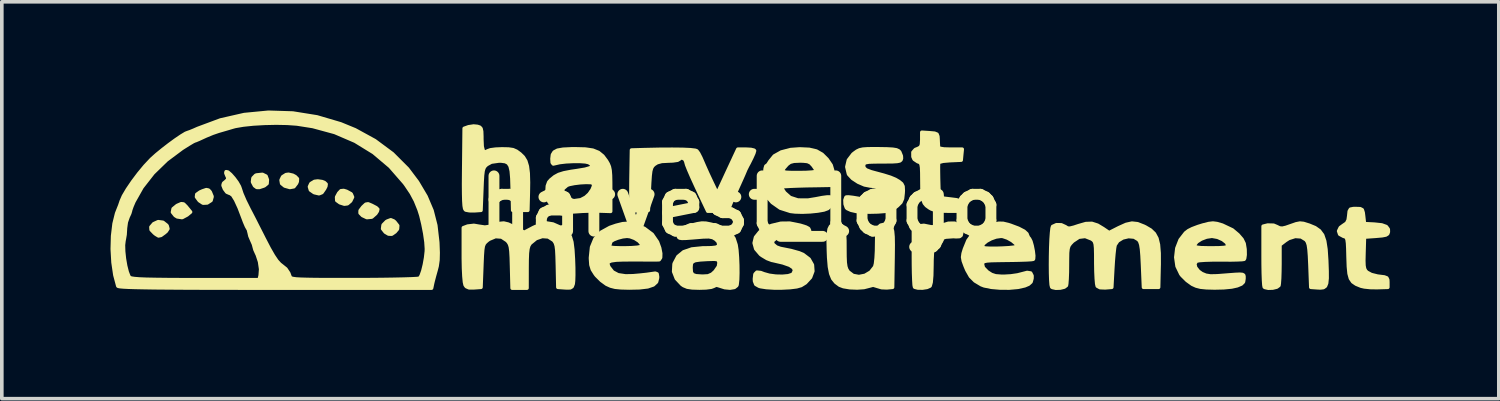
<source format=kicad_pcb>
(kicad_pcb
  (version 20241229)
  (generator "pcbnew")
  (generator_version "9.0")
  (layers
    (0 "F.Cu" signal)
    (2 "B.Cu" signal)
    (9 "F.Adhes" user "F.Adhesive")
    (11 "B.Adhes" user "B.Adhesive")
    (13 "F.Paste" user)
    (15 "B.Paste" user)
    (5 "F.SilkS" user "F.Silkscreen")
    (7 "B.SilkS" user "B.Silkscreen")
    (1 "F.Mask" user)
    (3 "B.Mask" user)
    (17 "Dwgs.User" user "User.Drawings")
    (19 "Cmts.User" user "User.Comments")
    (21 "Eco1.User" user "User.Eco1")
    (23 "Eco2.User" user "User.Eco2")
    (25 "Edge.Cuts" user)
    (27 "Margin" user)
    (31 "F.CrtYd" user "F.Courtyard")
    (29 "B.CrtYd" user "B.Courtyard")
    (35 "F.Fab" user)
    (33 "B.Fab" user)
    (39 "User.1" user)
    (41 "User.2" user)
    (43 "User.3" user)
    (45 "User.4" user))
  (footprint "harvest_logo"
    (layer "F.Cu")
    (at 17.406 2.639)
    (property "Reference" "harvest_logo" (at 0 0 0) (layer "F.SilkS") (effects (font (size 1.524 1.524) (thickness 0.3))))
    (attr through_hole)
    (fp_poly (pts (xy -15.197 0.162) (xy -15.293 0.242) (xy -15.429 0.315) (xy -15.563 0.295) (xy -15.621 0.259) (xy -15.694 0.167) (xy -15.676 0.074) (xy -15.57 -0.013) (xy -15.554 -0.021) (xy -15.452 -0.065) (xy -15.389 -0.057) (xy -15.32 0.012) (xy -15.302 0.034) (xy -15.197 0.162)) (stroke (width 0.1) (type solid)) (fill yes) (layer "F.SilkS"))
    (fp_poly (pts (xy -12.248 -0.753) (xy -12.253 -0.679) (xy -12.274 -0.629) (xy -12.346 -0.536) (xy -12.455 -0.516) (xy -12.596 -0.556) (xy -12.681 -0.625) (xy -12.697 -0.719) (xy -12.654 -0.809) (xy -12.56 -0.868) (xy -12.492 -0.877) (xy -12.375 -0.85) (xy -12.307 -0.813) (xy -12.248 -0.753)) (stroke (width 0.1) (type solid)) (fill yes) (layer "F.SilkS"))
    (fp_poly (pts (xy -10.727 -0.249) (xy -10.778 -0.144) (xy -10.785 -0.137) (xy -10.866 -0.067) (xy -10.952 -0.056) (xy -11.072 -0.094) (xy -11.159 -0.157) (xy -11.164 -0.249) (xy -11.106 -0.357) (xy -11.045 -0.422) (xy -10.971 -0.43) (xy -10.894 -0.407) (xy -10.765 -0.337) (xy -10.727 -0.249)) (stroke (width 0.1) (type solid)) (fill yes) (layer "F.SilkS"))
    (fp_poly (pts (xy -9.48 0.54) (xy -9.487 0.632) (xy -9.552 0.709) (xy -9.645 0.774) (xy -9.731 0.77) (xy -9.822 0.716) (xy -9.894 0.624) (xy -9.881 0.522) (xy -9.789 0.428) (xy -9.764 0.414) (xy -9.67 0.379) (xy -9.594 0.41) (xy -9.56 0.438) (xy -9.48 0.54)) (stroke (width 0.1) (type solid)) (fill yes) (layer "F.SilkS"))
    (fp_poly (pts (xy -14.603 -0.263) (xy -14.632 -0.157) (xy -14.736 -0.09) (xy -14.74 -0.089) (xy -14.851 -0.083) (xy -14.946 -0.145) (xy -14.964 -0.163) (xy -15.031 -0.255) (xy -15.023 -0.324) (xy -14.934 -0.387) (xy -14.865 -0.418) (xy -14.761 -0.453) (xy -14.7 -0.44) (xy -14.655 -0.39) (xy -14.603 -0.263)) (stroke (width 0.1) (type solid)) (fill yes) (layer "F.SilkS"))
    (fp_poly (pts (xy -13.078 -0.727) (xy -13.086 -0.624) (xy -13.159 -0.565) (xy -13.185 -0.554) (xy -13.3 -0.516) (xy -13.368 -0.517) (xy -13.425 -0.559) (xy -13.43 -0.563) (xy -13.485 -0.667) (xy -13.472 -0.774) (xy -13.4 -0.848) (xy -13.373 -0.858) (xy -13.213 -0.875) (xy -13.115 -0.827) (xy -13.078 -0.727)) (stroke (width 0.1) (type solid)) (fill yes) (layer "F.SilkS"))
    (fp_poly (pts (xy -11.456 -0.606) (xy -11.464 -0.547) (xy -11.499 -0.478) (xy -11.571 -0.375) (xy -11.65 -0.343) (xy -11.771 -0.371) (xy -11.788 -0.377) (xy -11.887 -0.446) (xy -11.913 -0.535) (xy -11.874 -0.621) (xy -11.777 -0.68) (xy -11.686 -0.692) (xy -11.567 -0.675) (xy -11.499 -0.647) (xy -11.456 -0.606)) (stroke (width 0.1) (type solid)) (fill yes) (layer "F.SilkS"))
    (fp_poly (pts (xy -15.823 0.625) (xy -15.867 0.694) (xy -15.916 0.736) (xy -16.014 0.807) (xy -16.08 0.821) (xy -16.153 0.778) (xy -16.198 0.742) (xy -16.284 0.652) (xy -16.289 0.577) (xy -16.213 0.488) (xy -16.212 0.487) (xy -16.09 0.431) (xy -15.959 0.448) (xy -15.854 0.531) (xy -15.842 0.551) (xy -15.823 0.625)) (stroke (width 0.1) (type solid)) (fill yes) (layer "F.SilkS"))
    (fp_poly (pts (xy -10.03 0.087) (xy -10.042 0.138) (xy -10.086 0.206) (xy -10.195 0.302) (xy -10.33 0.315) (xy -10.449 0.259) (xy -10.516 0.191) (xy -10.515 0.124) (xy -10.443 0.029) (xy -10.431 0.017) (xy -10.358 -0.051) (xy -10.295 -0.061) (xy -10.198 -0.02) (xy -10.188 -0.015) (xy -10.075 0.044) (xy -10.03 0.087)) (stroke (width 0.1) (type solid)) (fill yes) (layer "F.SilkS"))
    (fp_poly (pts (xy 6.087 0.733) (xy 6.071 0.806) (xy 6.029 0.839) (xy 5.935 0.844) (xy 5.858 0.839) (xy 5.644 0.854) (xy 5.46 0.92) (xy 5.332 1.028) (xy 5.312 1.06) (xy 5.293 1.141) (xy 5.277 1.291) (xy 5.267 1.487) (xy 5.265 1.65) (xy 5.259 1.918) (xy 5.243 2.103) (xy 5.216 2.199) (xy 5.209 2.207) (xy 5.131 2.242) (xy 5.007 2.261) (xy 4.882 2.26) (xy 4.795 2.238) (xy 4.788 2.232) (xy 4.777 2.178) (xy 4.769 2.047) (xy 4.762 1.855) (xy 4.758 1.618) (xy 4.757 1.4) (xy 4.757 0.598) (xy 4.877 0.553) (xy 5.045 0.533) (xy 5.167 0.558) (xy 5.31 0.585) (xy 5.441 0.564) (xy 5.515 0.536) (xy 5.723 0.475) (xy 5.896 0.474) (xy 6.02 0.531) (xy 6.083 0.64) (xy 6.087 0.733)) (stroke (width 0.1) (type solid)) (fill yes) (layer "F.SilkS"))
    (fp_poly (pts (xy 16.173 1.993) (xy 16.159 2.128) (xy 16.127 2.208) (xy 16.072 2.247) (xy 15.991 2.257) (xy 15.922 2.254) (xy 15.725 2.24) (xy 15.702 1.633) (xy 15.69 1.375) (xy 15.676 1.193) (xy 15.658 1.07) (xy 15.632 0.989) (xy 15.595 0.933) (xy 15.591 0.928) (xy 15.459 0.847) (xy 15.292 0.835) (xy 15.114 0.892) (xy 15.025 0.949) (xy 14.871 1.067) (xy 14.871 1.592) (xy 14.868 1.809) (xy 14.862 1.996) (xy 14.852 2.132) (xy 14.843 2.19) (xy 14.784 2.234) (xy 14.673 2.261) (xy 14.551 2.265) (xy 14.457 2.244) (xy 14.44 2.232) (xy 14.43 2.178) (xy 14.421 2.047) (xy 14.414 1.855) (xy 14.41 1.616) (xy 14.409 1.379) (xy 14.409 0.556) (xy 14.533 0.525) (xy 14.696 0.529) (xy 14.784 0.566) (xy 14.862 0.604) (xy 14.936 0.612) (xy 15.037 0.589) (xy 15.172 0.542) (xy 15.321 0.49) (xy 15.425 0.47) (xy 15.523 0.48) (xy 15.654 0.521) (xy 15.674 0.527) (xy 15.841 0.596) (xy 15.963 0.682) (xy 16.05 0.8) (xy 16.106 0.965) (xy 16.141 1.192) (xy 16.161 1.496) (xy 16.162 1.51) (xy 16.172 1.791) (xy 16.173 1.993)) (stroke (width 0.1) (type solid)) (fill yes) (layer "F.SilkS"))
    (fp_poly (pts (xy 17.863 0.712) (xy 17.845 0.764) (xy 17.795 0.796) (xy 17.694 0.816) (xy 17.526 0.831) (xy 17.203 0.854) (xy 17.19 1.296) (xy 17.185 1.505) (xy 17.19 1.642) (xy 17.206 1.73) (xy 17.237 1.788) (xy 17.274 1.826) (xy 17.392 1.89) (xy 17.564 1.933) (xy 17.611 1.939) (xy 17.75 1.956) (xy 17.821 1.983) (xy 17.846 2.034) (xy 17.849 2.101) (xy 17.849 2.24) (xy 17.549 2.249) (xy 17.367 2.246) (xy 17.203 2.229) (xy 17.11 2.208) (xy 16.976 2.153) (xy 16.881 2.088) (xy 16.819 1.997) (xy 16.782 1.863) (xy 16.763 1.669) (xy 16.754 1.415) (xy 16.748 1.181) (xy 16.74 1.023) (xy 16.727 0.925) (xy 16.706 0.871) (xy 16.672 0.845) (xy 16.625 0.831) (xy 16.522 0.775) (xy 16.493 0.688) (xy 16.539 0.593) (xy 16.62 0.534) (xy 16.713 0.47) (xy 16.757 0.382) (xy 16.773 0.266) (xy 16.786 0.143) (xy 16.819 0.086) (xy 16.897 0.07) (xy 16.972 0.069) (xy 17.086 0.073) (xy 17.143 0.102) (xy 17.168 0.181) (xy 17.18 0.277) (xy 17.203 0.485) (xy 17.478 0.499) (xy 17.682 0.521) (xy 17.807 0.566) (xy 17.861 0.639) (xy 17.863 0.712)) (stroke (width 0.1) (type solid)) (fill yes) (layer "F.SilkS"))
    (fp_poly (pts (xy -5.871 -0.651) (xy -5.875 -0.378) (xy -5.888 0.115) (xy -6.096 0.115) (xy -6.304 0.115) (xy -6.317 -0.483) (xy -6.326 -0.765) (xy -6.343 -0.969) (xy -6.375 -1.105) (xy -6.428 -1.188) (xy -6.508 -1.23) (xy -6.621 -1.245) (xy -6.692 -1.245) (xy -6.896 -1.216) (xy -7.02 -1.148) (xy -7.068 -1.103) (xy -7.101 -1.05) (xy -7.124 -0.972) (xy -7.139 -0.85) (xy -7.15 -0.668) (xy -7.158 -0.468) (xy -7.181 0.115) (xy -7.366 0.128) (xy -7.499 0.126) (xy -7.596 0.108) (xy -7.609 0.101) (xy -7.629 0.067) (xy -7.643 -0.012) (xy -7.652 -0.145) (xy -7.657 -0.342) (xy -7.659 -0.611) (xy -7.656 -0.961) (xy -7.655 -1.041) (xy -7.643 -2.145) (xy -7.523 -2.188) (xy -7.383 -2.209) (xy -7.28 -2.199) (xy -7.216 -2.178) (xy -7.18 -2.139) (xy -7.163 -2.06) (xy -7.158 -1.92) (xy -7.158 -1.849) (xy -7.149 -1.644) (xy -7.119 -1.525) (xy -7.067 -1.488) (xy -6.996 -1.524) (xy -6.918 -1.552) (xy -6.776 -1.571) (xy -6.601 -1.578) (xy -6.419 -1.574) (xy -6.297 -1.556) (xy -6.203 -1.515) (xy -6.103 -1.442) (xy -6.103 -1.442) (xy -6.011 -1.352) (xy -5.945 -1.243) (xy -5.902 -1.1) (xy -5.878 -0.908) (xy -5.871 -0.651)) (stroke (width 0.1) (type solid)) (fill yes) (layer "F.SilkS"))
    (fp_poly (pts (xy 4.196 1.066) (xy 4.193 1.363) (xy 4.192 1.438) (xy 4.179 2.24) (xy 4.021 2.255) (xy 3.878 2.249) (xy 3.756 2.213) (xy 3.756 2.213) (xy 3.644 2.179) (xy 3.531 2.209) (xy 3.391 2.245) (xy 3.202 2.258) (xy 3.002 2.25) (xy 2.825 2.221) (xy 2.721 2.182) (xy 2.611 2.1) (xy 2.53 1.999) (xy 2.475 1.862) (xy 2.439 1.674) (xy 2.418 1.419) (xy 2.411 1.234) (xy 2.405 0.959) (xy 2.41 0.763) (xy 2.431 0.632) (xy 2.47 0.555) (xy 2.533 0.518) (xy 2.622 0.508) (xy 2.629 0.508) (xy 2.722 0.516) (xy 2.787 0.551) (xy 2.828 0.625) (xy 2.852 0.753) (xy 2.862 0.949) (xy 2.863 1.158) (xy 2.865 1.395) (xy 2.872 1.56) (xy 2.888 1.672) (xy 2.914 1.749) (xy 2.955 1.813) (xy 2.959 1.818) (xy 3.089 1.916) (xy 3.251 1.946) (xy 3.421 1.913) (xy 3.576 1.821) (xy 3.689 1.677) (xy 3.711 1.59) (xy 3.728 1.435) (xy 3.739 1.237) (xy 3.741 1.098) (xy 3.745 0.853) (xy 3.76 0.686) (xy 3.793 0.583) (xy 3.848 0.529) (xy 3.933 0.509) (xy 3.975 0.508) (xy 4.054 0.514) (xy 4.112 0.539) (xy 4.152 0.595) (xy 4.178 0.693) (xy 4.192 0.846) (xy 4.196 1.066)) (stroke (width 0.1) (type solid)) (fill yes) (layer "F.SilkS"))
    (fp_poly (pts (xy 6.102 0.139) (xy 5.718 0.138) (xy 5.504 0.133) (xy 5.356 0.114) (xy 5.249 0.077) (xy 5.197 0.047) (xy 5.114 -0.013) (xy 5.058 -0.08) (xy 5.022 -0.172) (xy 5.002 -0.305) (xy 4.993 -0.499) (xy 4.991 -0.703) (xy 4.989 -0.922) (xy 4.983 -1.066) (xy 4.969 -1.152) (xy 4.945 -1.197) (xy 4.905 -1.219) (xy 4.877 -1.227) (xy 4.776 -1.294) (xy 4.745 -1.363) (xy 4.744 -1.486) (xy 4.809 -1.56) (xy 4.884 -1.59) (xy 4.95 -1.626) (xy 4.98 -1.697) (xy 4.988 -1.83) (xy 4.988 -2.037) (xy 5.207 -2.023) (xy 5.339 -2.011) (xy 5.405 -1.984) (xy 5.429 -1.923) (xy 5.434 -1.847) (xy 5.44 -1.721) (xy 5.445 -1.632) (xy 5.445 -1.628) (xy 5.484 -1.594) (xy 5.599 -1.575) (xy 5.776 -1.57) (xy 6.102 -1.57) (xy 6.087 -1.42) (xy 6.073 -1.27) (xy 5.761 -1.256) (xy 5.573 -1.24) (xy 5.468 -1.212) (xy 5.447 -1.187) (xy 5.444 -1.086) (xy 5.445 -0.935) (xy 5.448 -0.755) (xy 5.453 -0.573) (xy 5.458 -0.411) (xy 5.464 -0.292) (xy 5.47 -0.241) (xy 5.47 -0.241) (xy 5.52 -0.229) (xy 5.636 -0.211) (xy 5.779 -0.194) (xy 5.938 -0.174) (xy 6.027 -0.151) (xy 6.069 -0.112) (xy 6.084 -0.043) (xy 6.087 -0.012) (xy 6.102 0.139)) (stroke (width 0.1) (type solid)) (fill yes) (layer "F.SilkS"))
    (fp_poly (pts (xy 1.978 1.796) (xy 1.914 1.966) (xy 1.775 2.116) (xy 1.654 2.191) (xy 1.534 2.225) (xy 1.35 2.248) (xy 1.13 2.259) (xy 0.903 2.259) (xy 0.695 2.246) (xy 0.535 2.221) (xy 0.496 2.209) (xy 0.406 2.158) (xy 0.372 2.071) (xy 0.369 2.008) (xy 0.384 1.879) (xy 0.436 1.825) (xy 0.54 1.836) (xy 0.627 1.869) (xy 0.776 1.911) (xy 0.957 1.935) (xy 1.142 1.939) (xy 1.302 1.924) (xy 1.41 1.889) (xy 1.43 1.873) (xy 1.476 1.782) (xy 1.448 1.702) (xy 1.342 1.631) (xy 1.154 1.565) (xy 0.879 1.501) (xy 0.847 1.495) (xy 0.719 1.447) (xy 0.577 1.362) (xy 0.535 1.331) (xy 0.405 1.179) (xy 0.361 1.019) (xy 0.399 0.86) (xy 0.516 0.714) (xy 0.707 0.591) (xy 0.844 0.536) (xy 1.098 0.475) (xy 1.342 0.472) (xy 1.617 0.527) (xy 1.647 0.535) (xy 1.789 0.58) (xy 1.862 0.619) (xy 1.887 0.673) (xy 1.885 0.754) (xy 1.865 0.855) (xy 1.814 0.889) (xy 1.732 0.886) (xy 1.469 0.861) (xy 1.281 0.845) (xy 1.152 0.841) (xy 1.064 0.848) (xy 1.002 0.865) (xy 0.949 0.895) (xy 0.945 0.897) (xy 0.869 0.96) (xy 0.866 1.021) (xy 0.886 1.059) (xy 0.969 1.129) (xy 1.082 1.17) (xy 1.374 1.228) (xy 1.599 1.291) (xy 1.709 1.337) (xy 1.876 1.464) (xy 1.966 1.623) (xy 1.978 1.796)) (stroke (width 0.1) (type solid)) (fill yes) (layer "F.SilkS"))
    (fp_poly (pts (xy -3.602 0.144) (xy -3.914 0.134) (xy -4.07 0.134) (xy -4.07 -0.555) (xy -4.078 -0.629) (xy -4.081 -0.632) (xy -4.149 -0.652) (xy -4.279 -0.656) (xy -4.441 -0.647) (xy -4.605 -0.627) (xy -4.743 -0.599) (xy -4.806 -0.576) (xy -4.916 -0.482) (xy -4.943 -0.371) (xy -4.886 -0.263) (xy -4.814 -0.211) (xy -4.618 -0.146) (xy -4.426 -0.173) (xy -4.294 -0.242) (xy -4.193 -0.334) (xy -4.114 -0.448) (xy -4.07 -0.555) (xy -4.07 0.134) (xy -4.138 0.133) (xy -4.383 0.141) (xy -4.526 0.151) (xy -4.702 0.162) (xy -4.856 0.162) (xy -4.941 0.154) (xy -5.047 0.108) (xy -5.17 0.021) (xy -5.207 -0.013) (xy -5.299 -0.114) (xy -5.344 -0.214) (xy -5.357 -0.353) (xy -5.357 -0.394) (xy -5.347 -0.556) (xy -5.309 -0.661) (xy -5.253 -0.725) (xy -5.147 -0.811) (xy -5.035 -0.872) (xy -4.892 -0.917) (xy -4.695 -0.955) (xy -4.53 -0.979) (xy -4.302 -1.017) (xy -4.163 -1.058) (xy -4.109 -1.105) (xy -4.138 -1.159) (xy -4.206 -1.203) (xy -4.299 -1.224) (xy -4.455 -1.235) (xy -4.644 -1.234) (xy -4.839 -1.224) (xy -5.009 -1.204) (xy -5.115 -1.18) (xy -5.183 -1.165) (xy -5.213 -1.2) (xy -5.219 -1.306) (xy -5.219 -1.309) (xy -5.206 -1.417) (xy -5.16 -1.492) (xy -5.068 -1.541) (xy -4.915 -1.568) (xy -4.688 -1.579) (xy -4.578 -1.58) (xy -4.299 -1.573) (xy -4.092 -1.542) (xy -3.938 -1.48) (xy -3.817 -1.381) (xy -3.717 -1.247) (xy -3.67 -1.165) (xy -3.638 -1.086) (xy -3.618 -0.988) (xy -3.607 -0.853) (xy -3.603 -0.661) (xy -3.602 -0.46) (xy -3.602 0.144)) (stroke (width 0.1) (type solid)) (fill yes) (layer "F.SilkS"))
    (fp_poly (pts (xy 2.532 -0.758) (xy 2.517 -0.577) (xy 2.078 -0.569) (xy 2.078 -0.964) (xy 2.052 -1.024) (xy 1.988 -1.118) (xy 1.982 -1.125) (xy 1.915 -1.196) (xy 1.834 -1.233) (xy 1.708 -1.246) (xy 1.621 -1.247) (xy 1.455 -1.24) (xy 1.349 -1.212) (xy 1.272 -1.154) (xy 1.262 -1.143) (xy 1.18 -1.049) (xy 1.144 -0.986) (xy 1.163 -0.949) (xy 1.247 -0.931) (xy 1.406 -0.924) (xy 1.591 -0.924) (xy 1.79 -0.927) (xy 1.95 -0.937) (xy 2.052 -0.951) (xy 2.078 -0.964) (xy 2.078 -0.569) (xy 1.813 -0.565) (xy 1.569 -0.558) (xy 1.363 -0.55) (xy 1.208 -0.541) (xy 1.121 -0.531) (xy 1.108 -0.525) (xy 1.133 -0.474) (xy 1.192 -0.382) (xy 1.199 -0.371) (xy 1.352 -0.236) (xy 1.567 -0.166) (xy 1.845 -0.164) (xy 2.065 -0.2) (xy 2.236 -0.233) (xy 2.372 -0.251) (xy 2.448 -0.252) (xy 2.454 -0.25) (xy 2.494 -0.179) (xy 2.484 -0.073) (xy 2.432 0.027) (xy 2.39 0.066) (xy 2.284 0.105) (xy 2.114 0.135) (xy 1.907 0.156) (xy 1.689 0.165) (xy 1.489 0.159) (xy 1.362 0.144) (xy 1.08 0.054) (xy 0.858 -0.102) (xy 0.77 -0.202) (xy 0.707 -0.294) (xy 0.67 -0.387) (xy 0.652 -0.507) (xy 0.647 -0.685) (xy 0.647 -0.736) (xy 0.652 -0.908) (xy 0.665 -1.038) (xy 0.684 -1.104) (xy 0.69 -1.108) (xy 0.739 -1.146) (xy 0.795 -1.235) (xy 0.915 -1.383) (xy 1.11 -1.492) (xy 1.368 -1.559) (xy 1.618 -1.577) (xy 1.879 -1.565) (xy 2.076 -1.519) (xy 2.234 -1.429) (xy 2.373 -1.291) (xy 2.483 -1.13) (xy 2.532 -0.963) (xy 2.532 -0.758)) (stroke (width 0.1) (type solid)) (fill yes) (layer "F.SilkS"))
    (fp_poly (pts (xy 0.369 -1.528) (xy 0.349 -1.459) (xy 0.294 -1.336) (xy 0.219 -1.186) (xy 0.177 -1.108) (xy 0.125 -1.004) (xy 0.111 -0.97) (xy 0.073 -0.88) (xy 0.021 -0.762) (xy -0.098 -0.498) (xy -0.185 -0.303) (xy -0.246 -0.164) (xy -0.288 -0.066) (xy -0.316 0.005) (xy -0.322 0.021) (xy -0.356 0.087) (xy -0.409 0.122) (xy -0.507 0.136) (xy -0.644 0.139) (xy -0.92 0.139) (xy -1.079 -0.196) (xy -1.24 -0.54) (xy -1.362 -0.807) (xy -1.448 -1.005) (xy -1.501 -1.139) (xy -1.523 -1.217) (xy -1.524 -1.228) (xy -1.555 -1.293) (xy -1.621 -1.331) (xy -1.682 -1.324) (xy -1.698 -1.301) (xy -1.755 -1.268) (xy -1.888 -1.249) (xy -2.001 -1.245) (xy -2.192 -1.235) (xy -2.32 -1.2) (xy -2.396 -1.152) (xy -2.442 -1.108) (xy -2.474 -1.052) (xy -2.497 -0.969) (xy -2.513 -0.84) (xy -2.526 -0.648) (xy -2.535 -0.473) (xy -2.563 0.115) (xy -2.783 0.13) (xy -2.94 0.128) (xy -3.018 0.096) (xy -3.027 0.082) (xy -3.034 0.017) (xy -3.038 -0.124) (xy -3.041 -0.324) (xy -3.04 -0.566) (xy -3.038 -0.764) (xy -3.025 -1.547) (xy -2.679 -1.557) (xy -2.259 -1.566) (xy -1.901 -1.568) (xy -1.612 -1.565) (xy -1.398 -1.555) (xy -1.266 -1.539) (xy -1.225 -1.525) (xy -1.175 -1.457) (xy -1.113 -1.336) (xy -1.081 -1.263) (xy -1.017 -1.115) (xy -0.931 -0.922) (xy -0.838 -0.723) (xy -0.826 -0.697) (xy -0.659 -0.346) (xy -0.487 -0.716) (xy -0.392 -0.922) (xy -0.295 -1.13) (xy -0.214 -1.303) (xy -0.203 -1.328) (xy -0.09 -1.57) (xy 0.14 -1.57) (xy 0.271 -1.563) (xy 0.354 -1.543) (xy 0.369 -1.528)) (stroke (width 0.1) (type solid)) (fill yes) (layer "F.SilkS"))
    (fp_poly (pts (xy -4.622 1.9) (xy -4.627 2.059) (xy -4.636 2.144) (xy -4.665 2.222) (xy -4.719 2.255) (xy -4.828 2.256) (xy -4.862 2.254) (xy -5.057 2.24) (xy -5.07 1.641) (xy -5.077 1.391) (xy -5.086 1.216) (xy -5.101 1.098) (xy -5.125 1.019) (xy -5.159 0.963) (xy -5.182 0.937) (xy -5.322 0.848) (xy -5.489 0.836) (xy -5.661 0.895) (xy -5.818 1.023) (xy -5.827 1.034) (xy -5.862 1.091) (xy -5.886 1.174) (xy -5.901 1.299) (xy -5.908 1.484) (xy -5.91 1.697) (xy -5.911 2.263) (xy -6.115 2.263) (xy -6.32 2.263) (xy -6.335 1.666) (xy -6.342 1.419) (xy -6.352 1.246) (xy -6.367 1.129) (xy -6.39 1.051) (xy -6.425 0.992) (xy -6.462 0.95) (xy -6.61 0.852) (xy -6.779 0.839) (xy -6.954 0.912) (xy -6.997 0.942) (xy -7.053 0.99) (xy -7.093 1.039) (xy -7.119 1.105) (xy -7.135 1.208) (xy -7.146 1.363) (xy -7.156 1.59) (xy -7.158 1.646) (xy -7.181 2.24) (xy -7.375 2.254) (xy -7.509 2.254) (xy -7.585 2.221) (xy -7.617 2.176) (xy -7.635 2.095) (xy -7.65 1.936) (xy -7.661 1.714) (xy -7.666 1.442) (xy -7.666 1.341) (xy -7.666 0.598) (xy -7.548 0.553) (xy -7.375 0.533) (xy -7.236 0.557) (xy -7.073 0.581) (xy -6.92 0.559) (xy -6.841 0.533) (xy -6.678 0.482) (xy -6.554 0.469) (xy -6.433 0.497) (xy -6.277 0.569) (xy -6.232 0.593) (xy -5.986 0.725) (xy -5.736 0.593) (xy -5.53 0.5) (xy -5.36 0.469) (xy -5.195 0.496) (xy -5.035 0.566) (xy -4.89 0.648) (xy -4.787 0.735) (xy -4.717 0.845) (xy -4.673 0.994) (xy -4.647 1.202) (xy -4.631 1.465) (xy -4.623 1.694) (xy -4.622 1.9)) (stroke (width 0.1) (type solid)) (fill yes) (layer "F.SilkS"))
    (fp_poly (pts (xy -2.221 1.306) (xy -2.224 1.421) (xy -2.262 1.478) (xy -2.274 1.48) (xy -2.34 1.481) (xy -2.479 1.481) (xy -2.672 1.481) (xy -2.748 1.48) (xy -2.748 1.109) (xy -2.752 1.04) (xy -2.821 0.962) (xy -2.933 0.89) (xy -3.062 0.842) (xy -3.149 0.831) (xy -3.271 0.845) (xy -3.406 0.881) (xy -3.524 0.927) (xy -3.594 0.973) (xy -3.602 0.99) (xy -3.617 1.043) (xy -3.63 1.081) (xy -3.632 1.116) (xy -3.597 1.137) (xy -3.51 1.149) (xy -3.355 1.154) (xy -3.217 1.155) (xy -3.024 1.15) (xy -2.867 1.138) (xy -2.769 1.12) (xy -2.748 1.109) (xy -2.748 1.48) (xy -2.901 1.48) (xy -2.956 1.48) (xy -3.244 1.481) (xy -3.451 1.489) (xy -3.586 1.508) (xy -3.66 1.539) (xy -3.682 1.588) (xy -3.663 1.655) (xy -3.648 1.687) (xy -3.545 1.818) (xy -3.397 1.897) (xy -3.191 1.928) (xy -2.986 1.924) (xy -2.791 1.907) (xy -2.606 1.887) (xy -2.482 1.869) (xy -2.37 1.853) (xy -2.321 1.872) (xy -2.309 1.944) (xy -2.309 1.98) (xy -2.336 2.092) (xy -2.424 2.173) (xy -2.579 2.226) (xy -2.809 2.253) (xy -3.088 2.259) (xy -3.317 2.253) (xy -3.479 2.237) (xy -3.601 2.206) (xy -3.709 2.157) (xy -3.714 2.155) (xy -3.857 2.051) (xy -3.993 1.916) (xy -4.025 1.875) (xy -4.105 1.748) (xy -4.144 1.621) (xy -4.156 1.453) (xy -4.156 1.42) (xy -4.126 1.132) (xy -4.032 0.903) (xy -3.866 0.725) (xy -3.623 0.591) (xy -3.448 0.531) (xy -3.27 0.487) (xy -3.133 0.478) (xy -2.989 0.5) (xy -2.963 0.506) (xy -2.675 0.615) (xy -2.455 0.779) (xy -2.31 0.99) (xy -2.25 1.155) (xy -2.221 1.306)) (stroke (width 0.1) (type solid)) (fill yes) (layer "F.SilkS"))
    (fp_poly (pts (xy 4.474 -0.429) (xy 4.47 -0.358) (xy 4.453 -0.206) (xy 4.409 -0.105) (xy 4.318 -0.014) (xy 4.292 0.008) (xy 4.195 0.077) (xy 4.095 0.12) (xy 3.964 0.144) (xy 3.771 0.159) (xy 3.761 0.159) (xy 3.55 0.164) (xy 3.341 0.159) (xy 3.178 0.145) (xy 3.172 0.144) (xy 3.032 0.112) (xy 2.932 0.067) (xy 2.907 0.044) (xy 2.872 -0.056) (xy 2.867 -0.166) (xy 2.894 -0.243) (xy 2.902 -0.249) (xy 2.963 -0.252) (xy 3.089 -0.237) (xy 3.257 -0.209) (xy 3.306 -0.199) (xy 3.494 -0.163) (xy 3.621 -0.148) (xy 3.715 -0.155) (xy 3.804 -0.182) (xy 3.845 -0.199) (xy 3.954 -0.259) (xy 4.014 -0.32) (xy 4.018 -0.335) (xy 3.978 -0.397) (xy 3.876 -0.463) (xy 3.743 -0.52) (xy 3.608 -0.553) (xy 3.566 -0.556) (xy 3.406 -0.587) (xy 3.232 -0.662) (xy 3.076 -0.764) (xy 2.973 -0.874) (xy 2.963 -0.893) (xy 2.919 -1.083) (xy 2.962 -1.269) (xy 3.086 -1.432) (xy 3.122 -1.461) (xy 3.198 -1.516) (xy 3.271 -1.551) (xy 3.362 -1.571) (xy 3.493 -1.58) (xy 3.685 -1.582) (xy 3.799 -1.581) (xy 4.03 -1.577) (xy 4.186 -1.568) (xy 4.285 -1.552) (xy 4.344 -1.525) (xy 4.376 -1.493) (xy 4.42 -1.384) (xy 4.424 -1.317) (xy 4.411 -1.276) (xy 4.378 -1.249) (xy 4.307 -1.234) (xy 4.182 -1.226) (xy 3.986 -1.224) (xy 3.903 -1.224) (xy 3.68 -1.222) (xy 3.532 -1.217) (xy 3.444 -1.203) (xy 3.399 -1.18) (xy 3.381 -1.144) (xy 3.379 -1.137) (xy 3.386 -1.059) (xy 3.449 -0.999) (xy 3.584 -0.947) (xy 3.671 -0.923) (xy 3.931 -0.853) (xy 4.12 -0.794) (xy 4.256 -0.737) (xy 4.355 -0.679) (xy 4.432 -0.616) (xy 4.468 -0.544) (xy 4.474 -0.429)) (stroke (width 0.1) (type solid)) (fill yes) (layer "F.SilkS"))
    (fp_poly (pts (xy -0.093 1.843) (xy -0.098 2.027) (xy -0.112 2.157) (xy -0.12 2.19) (xy -0.185 2.242) (xy -0.306 2.262) (xy -0.453 2.248) (xy -0.576 2.209) (xy -0.608 2.199) (xy -0.608 1.564) (xy -0.622 1.505) (xy -0.659 1.474) (xy -0.74 1.464) (xy -0.887 1.468) (xy -0.924 1.469) (xy -1.133 1.482) (xy -1.268 1.501) (xy -1.343 1.535) (xy -1.377 1.592) (xy -1.385 1.682) (xy -1.385 1.708) (xy -1.377 1.825) (xy -1.338 1.892) (xy -1.249 1.924) (xy -1.091 1.935) (xy -1.059 1.936) (xy -0.909 1.927) (xy -0.803 1.88) (xy -0.721 1.806) (xy -0.624 1.667) (xy -0.608 1.564) (xy -0.608 2.199) (xy -0.679 2.178) (xy -0.746 2.205) (xy -0.749 2.209) (xy -0.825 2.237) (xy -0.971 2.256) (xy -1.152 2.261) (xy -1.351 2.255) (xy -1.486 2.235) (xy -1.585 2.194) (xy -1.634 2.161) (xy -1.786 1.999) (xy -1.861 1.807) (xy -1.85 1.603) (xy -1.842 1.578) (xy -1.744 1.393) (xy -1.586 1.263) (xy -1.36 1.185) (xy -1.061 1.155) (xy -1.009 1.155) (xy -0.818 1.151) (xy -0.7 1.138) (xy -0.637 1.111) (xy -0.615 1.079) (xy -0.628 0.991) (xy -0.697 0.917) (xy -0.782 0.866) (xy -0.889 0.845) (xy -1.049 0.849) (xy -1.085 0.852) (xy -1.341 0.873) (xy -1.519 0.886) (xy -1.633 0.889) (xy -1.697 0.88) (xy -1.726 0.856) (xy -1.733 0.817) (xy -1.732 0.762) (xy -1.727 0.691) (xy -1.7 0.642) (xy -1.632 0.604) (xy -1.504 0.565) (xy -1.389 0.534) (xy -1.209 0.489) (xy -1.082 0.469) (xy -0.97 0.473) (xy -0.836 0.5) (xy -0.743 0.524) (xy -0.489 0.613) (xy -0.312 0.732) (xy -0.198 0.894) (xy -0.141 1.071) (xy -0.119 1.217) (xy -0.104 1.412) (xy -0.095 1.629) (xy -0.093 1.843)) (stroke (width 0.1) (type solid)) (fill yes) (layer "F.SilkS"))
    (fp_poly (pts (xy 8.075 1.369) (xy 8.07 1.454) (xy 8.064 1.465) (xy 8.012 1.474) (xy 7.884 1.482) (xy 7.698 1.488) (xy 7.62 1.49) (xy 7.62 1.109) (xy 7.581 1.035) (xy 7.482 0.952) (xy 7.354 0.88) (xy 7.225 0.836) (xy 7.175 0.831) (xy 7.037 0.85) (xy 6.898 0.899) (xy 6.775 0.966) (xy 6.689 1.038) (xy 6.656 1.105) (xy 6.683 1.147) (xy 6.75 1.16) (xy 6.878 1.166) (xy 7.043 1.166) (xy 7.223 1.16) (xy 7.393 1.15) (xy 7.529 1.135) (xy 7.609 1.119) (xy 7.62 1.109) (xy 7.62 1.49) (xy 7.47 1.493) (xy 7.357 1.494) (xy 7.093 1.498) (xy 6.907 1.502) (xy 6.785 1.511) (xy 6.713 1.526) (xy 6.677 1.548) (xy 6.662 1.581) (xy 6.659 1.6) (xy 6.684 1.701) (xy 6.792 1.812) (xy 6.802 1.82) (xy 6.91 1.889) (xy 7.023 1.926) (xy 7.178 1.938) (xy 7.255 1.939) (xy 7.446 1.928) (xy 7.631 1.901) (xy 7.733 1.875) (xy 7.895 1.833) (xy 7.99 1.848) (xy 8.028 1.923) (xy 8.027 1.996) (xy 8.001 2.092) (xy 7.932 2.154) (xy 7.828 2.198) (xy 7.639 2.24) (xy 7.403 2.261) (xy 7.149 2.26) (xy 6.908 2.239) (xy 6.71 2.199) (xy 6.631 2.169) (xy 6.456 2.064) (xy 6.331 1.939) (xy 6.232 1.765) (xy 6.186 1.656) (xy 6.133 1.512) (xy 6.115 1.409) (xy 6.129 1.306) (xy 6.166 1.185) (xy 6.262 0.95) (xy 6.386 0.777) (xy 6.556 0.65) (xy 6.79 0.554) (xy 6.953 0.508) (xy 7.106 0.476) (xy 7.23 0.477) (xy 7.373 0.511) (xy 7.438 0.532) (xy 7.654 0.613) (xy 7.808 0.693) (xy 7.888 0.766) (xy 7.897 0.794) (xy 7.926 0.86) (xy 7.96 0.901) (xy 7.997 0.973) (xy 8.032 1.097) (xy 8.06 1.24) (xy 8.075 1.369)) (stroke (width 0.1) (type solid)) (fill yes) (layer "F.SilkS"))
    (fp_poly (pts (xy 13.91 1.345) (xy 13.896 1.441) (xy 13.883 1.466) (xy 13.823 1.475) (xy 13.69 1.481) (xy 13.502 1.485) (xy 13.439 1.484) (xy 13.439 1.088) (xy 13.398 1.003) (xy 13.293 0.921) (xy 13.153 0.859) (xy 13.004 0.832) (xy 12.993 0.831) (xy 12.844 0.853) (xy 12.697 0.909) (xy 12.58 0.984) (xy 12.518 1.064) (xy 12.515 1.085) (xy 12.53 1.117) (xy 12.585 1.138) (xy 12.694 1.15) (xy 12.875 1.154) (xy 12.977 1.155) (xy 13.194 1.152) (xy 13.334 1.143) (xy 13.41 1.126) (xy 13.438 1.097) (xy 13.439 1.088) (xy 13.439 1.484) (xy 13.278 1.484) (xy 13.236 1.484) (xy 13.005 1.484) (xy 12.804 1.49) (xy 12.653 1.501) (xy 12.572 1.516) (xy 12.567 1.518) (xy 12.521 1.594) (xy 12.543 1.695) (xy 12.624 1.798) (xy 12.715 1.863) (xy 12.828 1.91) (xy 12.955 1.93) (xy 13.131 1.926) (xy 13.19 1.922) (xy 13.456 1.901) (xy 13.643 1.887) (xy 13.765 1.882) (xy 13.836 1.888) (xy 13.869 1.907) (xy 13.878 1.94) (xy 13.878 1.988) (xy 13.878 2.002) (xy 13.864 2.092) (xy 13.807 2.149) (xy 13.693 2.197) (xy 13.54 2.231) (xy 13.322 2.252) (xy 13.069 2.258) (xy 12.842 2.252) (xy 12.681 2.236) (xy 12.559 2.205) (xy 12.45 2.155) (xy 12.45 2.155) (xy 12.306 2.051) (xy 12.17 1.916) (xy 12.138 1.875) (xy 12.034 1.659) (xy 11.999 1.414) (xy 12.028 1.164) (xy 12.118 0.932) (xy 12.265 0.742) (xy 12.346 0.679) (xy 12.453 0.625) (xy 12.612 0.565) (xy 12.744 0.524) (xy 12.906 0.483) (xy 13.022 0.469) (xy 13.132 0.483) (xy 13.28 0.526) (xy 13.282 0.527) (xy 13.558 0.658) (xy 13.715 0.79) (xy 13.825 0.917) (xy 13.882 1.034) (xy 13.906 1.183) (xy 13.908 1.206) (xy 13.91 1.345)) (stroke (width 0.1) (type solid)) (fill yes) (layer "F.SilkS"))
    (fp_poly (pts (xy 11.537 1.604) (xy 11.535 1.668) (xy 11.522 2.24) (xy 11.315 2.24) (xy 11.107 2.24) (xy 11.081 1.63) (xy 11.068 1.37) (xy 11.053 1.186) (xy 11.033 1.061) (xy 11.006 0.98) (xy 10.97 0.926) (xy 10.848 0.853) (xy 10.691 0.839) (xy 10.531 0.877) (xy 10.396 0.96) (xy 10.321 1.072) (xy 10.305 1.159) (xy 10.287 1.316) (xy 10.27 1.518) (xy 10.258 1.709) (xy 10.229 2.24) (xy 10.049 2.255) (xy 9.906 2.249) (xy 9.831 2.208) (xy 9.816 2.141) (xy 9.804 2.001) (xy 9.795 1.808) (xy 9.791 1.583) (xy 9.791 1.564) (xy 9.79 1.322) (xy 9.786 1.156) (xy 9.775 1.048) (xy 9.755 0.982) (xy 9.723 0.94) (xy 9.677 0.906) (xy 9.498 0.835) (xy 9.321 0.856) (xy 9.154 0.967) (xy 9.148 0.973) (xy 9.085 1.039) (xy 9.044 1.099) (xy 9.021 1.176) (xy 9.009 1.29) (xy 9.006 1.461) (xy 9.005 1.616) (xy 9.003 1.828) (xy 8.996 2.01) (xy 8.986 2.14) (xy 8.977 2.19) (xy 8.919 2.234) (xy 8.808 2.261) (xy 8.686 2.265) (xy 8.591 2.244) (xy 8.574 2.232) (xy 8.559 2.171) (xy 8.549 2.037) (xy 8.543 1.848) (xy 8.541 1.623) (xy 8.543 1.381) (xy 8.548 1.139) (xy 8.557 0.918) (xy 8.57 0.736) (xy 8.584 0.611) (xy 8.599 0.563) (xy 8.704 0.515) (xy 8.837 0.518) (xy 8.953 0.571) (xy 8.956 0.574) (xy 9.008 0.607) (xy 9.076 0.611) (xy 9.186 0.584) (xy 9.307 0.544) (xy 9.515 0.484) (xy 9.68 0.478) (xy 9.836 0.528) (xy 9.989 0.62) (xy 10.157 0.734) (xy 10.424 0.598) (xy 10.626 0.507) (xy 10.788 0.471) (xy 10.941 0.488) (xy 11.119 0.558) (xy 11.161 0.579) (xy 11.302 0.662) (xy 11.405 0.761) (xy 11.475 0.89) (xy 11.517 1.063) (xy 11.536 1.297) (xy 11.537 1.604)) (stroke (width 0.1) (type solid)) (fill yes) (layer "F.SilkS"))
    (fp_poly (pts (xy -8.364 1.286) (xy -8.369 1.488) (xy -8.392 1.653) (xy -8.419 1.759) (xy -8.465 1.924) (xy -8.504 2.073) (xy -8.519 2.136) (xy -8.545 2.263) (xy -8.685 2.263) (xy -8.685 1.178) (xy -8.697 0.992) (xy -8.731 0.753) (xy -8.781 0.497) (xy -8.838 0.259) (xy -8.889 0.098) (xy -8.989 -0.149) (xy -9.102 -0.361) (xy -9.252 -0.584) (xy -9.294 -0.641) (xy -9.688 -1.093) (xy -10.143 -1.478) (xy -10.653 -1.792) (xy -11.215 -2.034) (xy -11.822 -2.199) (xy -12.261 -2.268) (xy -12.527 -2.287) (xy -12.833 -2.293) (xy -13.153 -2.286) (xy -13.464 -2.268) (xy -13.741 -2.239) (xy -13.959 -2.202) (xy -14.016 -2.187) (xy -14.195 -2.134) (xy -14.374 -2.082) (xy -14.432 -2.065) (xy -14.589 -2.011) (xy -14.768 -1.937) (xy -14.836 -1.906) (xy -14.964 -1.847) (xy -15.055 -1.809) (xy -15.082 -1.801) (xy -15.13 -1.778) (xy -15.236 -1.715) (xy -15.38 -1.625) (xy -15.436 -1.589) (xy -15.858 -1.274) (xy -16.23 -0.913) (xy -16.537 -0.52) (xy -16.76 -0.125) (xy -16.816 0.006) (xy -16.85 0.103) (xy -16.856 0.131) (xy -16.876 0.199) (xy -16.924 0.303) (xy -16.925 0.306) (xy -16.972 0.443) (xy -16.994 0.604) (xy -16.995 0.624) (xy -17.005 0.785) (xy -17.031 0.935) (xy -17.035 0.949) (xy -17.05 1.075) (xy -17.045 1.251) (xy -17.024 1.45) (xy -16.99 1.648) (xy -16.947 1.819) (xy -16.901 1.938) (xy -16.873 1.973) (xy -16.829 1.989) (xy -16.742 2.002) (xy -16.603 2.013) (xy -16.406 2.021) (xy -16.143 2.026) (xy -15.807 2.03) (xy -15.391 2.032) (xy -15.047 2.032) (xy -13.302 2.032) (xy -13.273 1.914) (xy -13.26 1.741) (xy -13.29 1.535) (xy -13.354 1.341) (xy -13.369 1.311) (xy -13.418 1.202) (xy -13.439 1.126) (xy -13.439 1.125) (xy -13.459 1.05) (xy -13.507 0.942) (xy -13.508 0.94) (xy -13.557 0.825) (xy -13.577 0.737) (xy -13.6 0.645) (xy -13.616 0.621) (xy -13.653 0.555) (xy -13.705 0.434) (xy -13.738 0.346) (xy -13.853 0.044) (xy -13.952 -0.171) (xy -14.034 -0.303) (xy -14.103 -0.353) (xy -14.115 -0.353) (xy -14.195 -0.388) (xy -14.261 -0.477) (xy -14.299 -0.573) (xy -14.284 -0.631) (xy -14.229 -0.676) (xy -14.164 -0.739) (xy -14.174 -0.806) (xy -14.188 -0.831) (xy -14.221 -0.912) (xy -14.215 -0.948) (xy -14.167 -0.939) (xy -14.089 -0.872) (xy -13.998 -0.769) (xy -13.912 -0.652) (xy -13.849 -0.541) (xy -13.829 -0.485) (xy -13.783 -0.345) (xy -13.697 -0.146) (xy -13.58 0.09) (xy -13.53 0.185) (xy -13.497 0.249) (xy -13.43 0.379) (xy -13.339 0.559) (xy -13.23 0.773) (xy -13.171 0.89) (xy -13.027 1.167) (xy -12.91 1.371) (xy -12.815 1.512) (xy -12.733 1.602) (xy -12.698 1.629) (xy -12.566 1.735) (xy -12.488 1.852) (xy -12.451 1.951) (xy -12.439 1.972) (xy -12.412 1.989) (xy -12.362 2.002) (xy -12.279 2.013) (xy -12.155 2.02) (xy -11.981 2.025) (xy -11.749 2.029) (xy -11.449 2.031) (xy -11.073 2.031) (xy -10.681 2.031) (xy -10.287 2.03) (xy -9.92 2.027) (xy -9.592 2.022) (xy -9.314 2.016) (xy -9.094 2.009) (xy -8.945 2.001) (xy -8.876 1.992) (xy -8.874 1.991) (xy -8.831 1.924) (xy -8.784 1.791) (xy -8.741 1.616) (xy -8.707 1.426) (xy -8.687 1.247) (xy -8.685 1.178) (xy -8.685 2.263) (xy -12.864 2.263) (xy -13.621 2.263) (xy -14.291 2.262) (xy -14.878 2.261) (xy -15.386 2.259) (xy -15.821 2.256) (xy -16.187 2.253) (xy -16.488 2.248) (xy -16.729 2.243) (xy -16.916 2.237) (xy -17.051 2.23) (xy -17.141 2.222) (xy -17.19 2.213) (xy -17.203 2.205) (xy -17.284 1.902) (xy -17.335 1.554) (xy -17.356 1.185) (xy -17.346 0.821) (xy -17.306 0.485) (xy -17.236 0.202) (xy -17.202 0.115) (xy -17.147 -0.023) (xy -17.108 -0.139) (xy -17.048 -0.277) (xy -16.938 -0.463) (xy -16.793 -0.676) (xy -16.627 -0.897) (xy -16.454 -1.106) (xy -16.288 -1.283) (xy -16.272 -1.299) (xy -16.135 -1.422) (xy -15.967 -1.559) (xy -15.786 -1.699) (xy -15.608 -1.829) (xy -15.45 -1.936) (xy -15.331 -2.008) (xy -15.268 -2.032) (xy -15.215 -2.05) (xy -15.105 -2.095) (xy -14.999 -2.142) (xy -14.37 -2.376) (xy -13.716 -2.525) (xy -13.048 -2.589) (xy -12.374 -2.568) (xy -11.707 -2.461) (xy -11.055 -2.269) (xy -10.656 -2.105) (xy -10.11 -1.806) (xy -9.625 -1.446) (xy -9.208 -1.029) (xy -8.935 -0.667) (xy -8.698 -0.267) (xy -8.533 0.122) (xy -8.429 0.53) (xy -8.376 0.99) (xy -8.374 1.02) (xy -8.364 1.286)) (stroke (width 0.1) (type solid)) (fill yes) (layer "F.SilkS")))
  (gr_rect
    (start -3 -3)
    (end 38.319 7.954)
    (stroke (width 0.1) (type default))
    (fill no)
    (layer "Edge.Cuts")))
</source>
